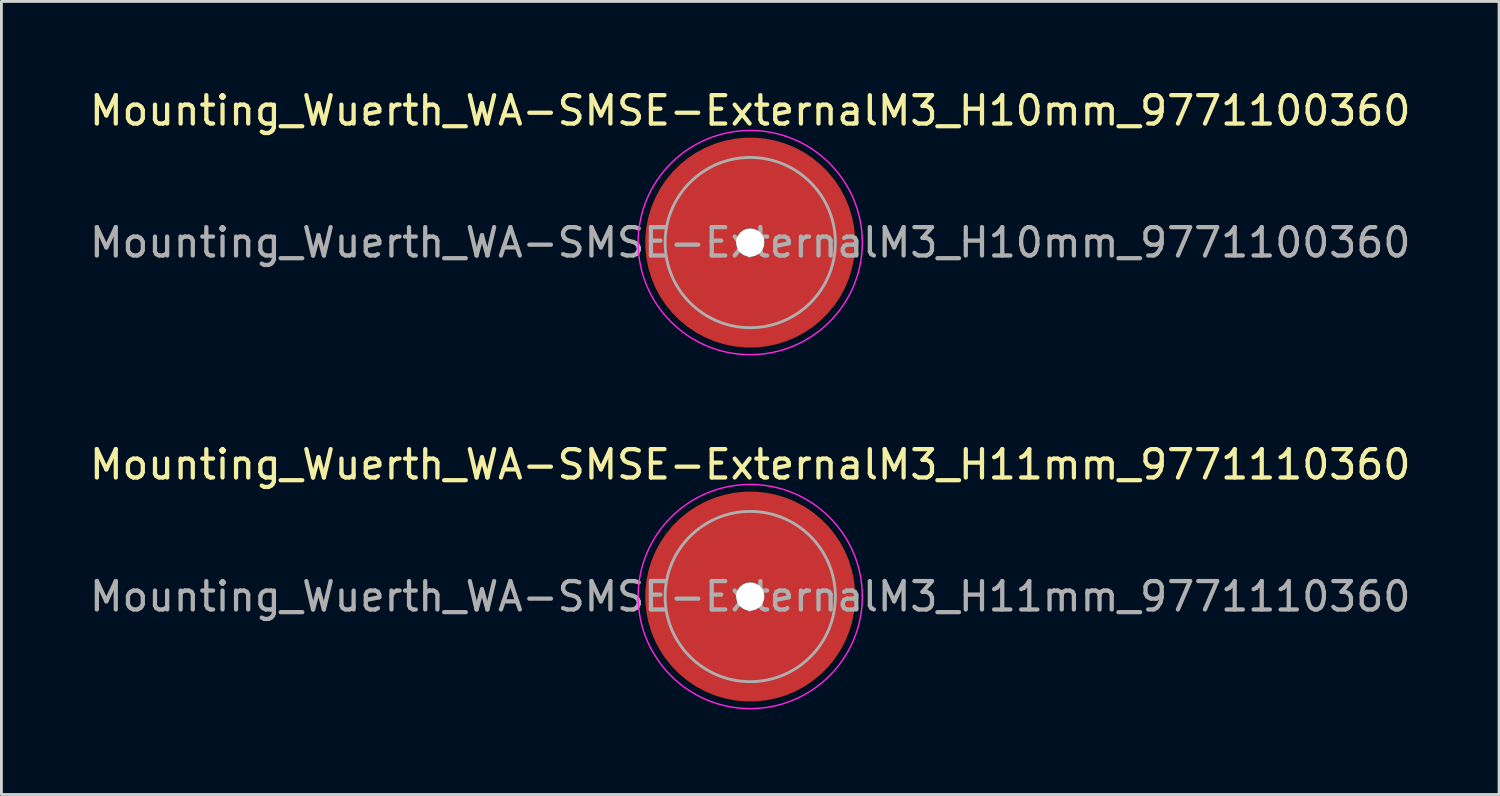
<source format=kicad_pcb>
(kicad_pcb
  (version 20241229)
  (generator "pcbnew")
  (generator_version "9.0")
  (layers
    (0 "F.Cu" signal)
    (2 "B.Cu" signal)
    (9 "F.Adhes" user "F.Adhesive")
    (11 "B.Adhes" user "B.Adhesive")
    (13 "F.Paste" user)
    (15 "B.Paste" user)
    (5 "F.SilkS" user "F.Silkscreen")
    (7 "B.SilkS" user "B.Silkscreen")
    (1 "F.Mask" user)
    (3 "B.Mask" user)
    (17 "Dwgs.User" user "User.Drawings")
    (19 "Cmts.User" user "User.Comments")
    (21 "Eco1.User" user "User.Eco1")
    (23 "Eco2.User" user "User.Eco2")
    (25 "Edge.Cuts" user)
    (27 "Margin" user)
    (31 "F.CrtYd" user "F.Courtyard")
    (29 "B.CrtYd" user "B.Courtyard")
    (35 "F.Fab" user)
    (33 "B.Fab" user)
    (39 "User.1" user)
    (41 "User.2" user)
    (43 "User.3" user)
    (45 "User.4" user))
  (footprint "Mounting_Wuerth_WA-SMSE-ExternalM3_H11mm_9771110360"
    (layer "F.Cu")
    (at 23.387 17.971)
    (property "Reference" "Mounting_Wuerth_WA-SMSE-ExternalM3_H11mm_9771110360" (at 0 -4.65 0) (layer "F.SilkS") (effects (font (size 1 1) (thickness 0.15))))
    (attr smd allow_soldermask_bridges)
    (fp_circle (center 0 0) (end 3.95 0) (stroke (width 0.05) (type solid)) (fill no) (layer "F.CrtYd"))
    (fp_circle (center 0 0) (end 3 0) (stroke (width 0.1) (type solid)) (fill no) (layer "F.Fab"))
    (fp_text user "${REFERENCE}" (at 0 0 0) (layer "F.Fab") (effects (font (size 1 1) (thickness 0.15))))
    (pad "" smd custom (at 0 -2.1) (size 1.5 1.5) (layers "F.Paste") (options (anchor circle)) (primitives (gr_arc (start -0.305123 1.47) (mid 0.371762 1.506879) (end 0.7 2.1) (width 0.2)) (gr_arc (start -0.493052 1.47) (mid 0.350399 1.380819) (end 0.8 2.1) (width 0.2)) (gr_arc (start -0.642729 1.47) (mid 0.340253 1.266797) (end 0.9 2.1) (width 0.2)) (gr_arc (start -0.776595 1.47) (mid 0.334219 1.157505) (end 1 2.1) (width 0.2)) (gr_arc (start -0.901721 1.47) (mid 0.330233 1.05074) (end 1.1 2.1) (width 0.2)) (gr_arc (start -1.021323 1.47) (mid 0.327424 0.945533) (end 1.2 2.1) (width 0.2)) (gr_arc (start -1.137146 1.47) (mid 0.325354 0.841372) (end 1.3 2.1) (width 0.2)) (gr_arc (start -1.25024 1.47) (mid 0.323778 0.737954) (end 1.4 2.1) (width 0.2)) (gr_arc (start -1.361286 1.47) (mid 0.322545 0.635089) (end 1.5 2.1) (width 0.2)) (gr_arc (start -1.470748 1.47) (mid 0.321561 0.532646) (end 1.6 2.1) (width 0.2)) (gr_arc (start -1.578955 1.47) (mid 0.320762 0.430535) (end 1.7 2.1) (width 0.2)) (gr_arc (start -1.686149 1.47) (mid 0.320102 0.328691) (end 1.8 2.1) (width 0.2)) (gr_arc (start -1.792512 1.47) (mid 0.319552 0.227065) (end 1.9 2.1) (width 0.2)) (gr_arc (start -1.898183 1.47) (mid 0.319087 0.125618) (end 2 2.1) (width 0.2)) (gr_arc (start -2.003272 1.47) (mid 0.318691 0.024323) (end 2.1 2.1) (width 0.2)) (gr_arc (start -2.107866 1.47) (mid 0.318351 -0.076845) (end 2.2 2.1) (width 0.2)) (gr_arc (start -2.212035 1.47) (mid 0.318056 -0.177903) (end 2.3 2.1) (width 0.2)) (gr_arc (start -2.315837 1.47) (mid 0.317798 -0.278866) (end 2.4 2.1) (width 0.2)) (gr_arc (start -2.419318 1.47) (mid 0.317573 -0.379747) (end 2.5 2.1) (width 0.2)) (gr_arc (start -2.522519 1.47) (mid 0.317373 -0.480557) (end 2.6 2.1) (width 0.2)) (gr_arc (start -2.625471 1.47) (mid 0.317197 -0.581303) (end 2.7 2.1) (width 0.2)) (gr_arc (start -2.728205 1.47) (mid 0.317039 -0.681993) (end 2.8 2.1) (width 0.2)) (gr_arc (start -2.830742 1.47) (mid 0.316898 -0.782633) (end 2.9 2.1) (width 0.2)) (gr_arc (start -2.933104 1.47) (mid 0.316771 -0.883229) (end 3 2.1) (width 0.2)) (gr_arc (start -3.035309 1.47) (mid 0.316656 -0.983785) (end 3.1 2.1) (width 0.2)) (gr_arc (start -3.137372 1.47) (mid 0.316553 -1.084304) (end 3.2 2.1) (width 0.2)) (gr_arc (start -3.239305 1.47) (mid 0.316458 -1.184791) (end 3.3 2.1) (width 0.2)) (gr_arc (start -3.341123 1.47) (mid 0.316373 -1.285249) (end 3.4 2.1) (width 0.2)) (gr_arc (start -3.442833 1.47) (mid 0.316294 -1.385679) (end 3.5 2.1) (width 0.2)) (gr_line (start 0.7 2.1) (end 3.5 2.1) (width 0.2)) (gr_line (start -0.305 1.47) (end -3.443 1.47) (width 0.2))))
    (pad "" np_thru_hole circle (at 0 0) (size 1 1) (drill 1) (layers "*.Cu" "*.Mask"))
    (pad "" smd custom (at 0 2.1) (size 1.5 1.5) (layers "F.Paste") (options (anchor circle)) (primitives (gr_arc (start 0.305123 -1.47) (mid -0.371762 -1.506879) (end -0.7 -2.1) (width 0.2)) (gr_arc (start 0.493052 -1.47) (mid -0.350399 -1.380819) (end -0.8 -2.1) (width 0.2)) (gr_arc (start 0.642729 -1.47) (mid -0.340253 -1.266797) (end -0.9 -2.1) (width 0.2)) (gr_arc (start 0.776595 -1.47) (mid -0.334219 -1.157505) (end -1 -2.1) (width 0.2)) (gr_arc (start 0.901721 -1.47) (mid -0.330233 -1.05074) (end -1.1 -2.1) (width 0.2)) (gr_arc (start 1.021323 -1.47) (mid -0.327424 -0.945533) (end -1.2 -2.1) (width 0.2)) (gr_arc (start 1.137146 -1.47) (mid -0.325354 -0.841372) (end -1.3 -2.1) (width 0.2)) (gr_arc (start 1.25024 -1.47) (mid -0.323778 -0.737954) (end -1.4 -2.1) (width 0.2)) (gr_arc (start 1.361286 -1.47) (mid -0.322545 -0.635089) (end -1.5 -2.1) (width 0.2)) (gr_arc (start 1.470748 -1.47) (mid -0.321561 -0.532646) (end -1.6 -2.1) (width 0.2)) (gr_arc (start 1.578955 -1.47) (mid -0.320762 -0.430535) (end -1.7 -2.1) (width 0.2)) (gr_arc (start 1.686149 -1.47) (mid -0.320102 -0.328691) (end -1.8 -2.1) (width 0.2)) (gr_arc (start 1.792512 -1.47) (mid -0.319552 -0.227065) (end -1.9 -2.1) (width 0.2)) (gr_arc (start 1.898183 -1.47) (mid -0.319087 -0.125618) (end -2 -2.1) (width 0.2)) (gr_arc (start 2.003272 -1.47) (mid -0.318691 -0.024323) (end -2.1 -2.1) (width 0.2)) (gr_arc (start 2.107866 -1.47) (mid -0.318351 0.076845) (end -2.2 -2.1) (width 0.2)) (gr_arc (start 2.212035 -1.47) (mid -0.318056 0.177903) (end -2.3 -2.1) (width 0.2)) (gr_arc (start 2.315837 -1.47) (mid -0.317798 0.278866) (end -2.4 -2.1) (width 0.2)) (gr_arc (start 2.419318 -1.47) (mid -0.317573 0.379747) (end -2.5 -2.1) (width 0.2)) (gr_arc (start 2.522519 -1.47) (mid -0.317373 0.480557) (end -2.6 -2.1) (width 0.2)) (gr_arc (start 2.625471 -1.47) (mid -0.317197 0.581303) (end -2.7 -2.1) (width 0.2)) (gr_arc (start 2.728205 -1.47) (mid -0.317039 0.681993) (end -2.8 -2.1) (width 0.2)) (gr_arc (start 2.830742 -1.47) (mid -0.316898 0.782633) (end -2.9 -2.1) (width 0.2)) (gr_arc (start 2.933104 -1.47) (mid -0.316771 0.883229) (end -3 -2.1) (width 0.2)) (gr_arc (start 3.035309 -1.47) (mid -0.316656 0.983785) (end -3.1 -2.1) (width 0.2)) (gr_arc (start 3.137372 -1.47) (mid -0.316553 1.084304) (end -3.2 -2.1) (width 0.2)) (gr_arc (start 3.239305 -1.47) (mid -0.316458 1.184791) (end -3.3 -2.1) (width 0.2)) (gr_arc (start 3.341123 -1.47) (mid -0.316373 1.285249) (end -3.4 -2.1) (width 0.2)) (gr_arc (start 3.442833 -1.47) (mid -0.316294 1.385679) (end -3.5 -2.1) (width 0.2)) (gr_line (start -0.7 -2.1) (end -3.5 -2.1) (width 0.2)) (gr_line (start 0.305 -1.47) (end 3.443 -1.47) (width 0.2))))
    (pad "1" smd circle (at -2.1 0) (size 2.692 2.692) (layers "F.Cu"))
    (pad "1" smd circle (at 0 -2.1) (size 2.692 2.692) (layers "F.Cu"))
    (pad "1" smd circle (at 0 2.1) (size 2.692 2.692) (layers "F.Cu"))
    (pad "1" smd custom (at 2.1 0) (size 3.2 3.2) (layers "F.Cu" "F.Mask") (options (anchor circle)) (primitives (gr_circle (center -2.1 0) (end 0 0) (width 3.2) (fill no)))))
  (footprint "Mounting_Wuerth_WA-SMSE-ExternalM3_H10mm_9771100360"
    (layer "F.Cu")
    (at 23.387 5.498)
    (property "Reference" "Mounting_Wuerth_WA-SMSE-ExternalM3_H10mm_9771100360" (at 0 -4.65 0) (layer "F.SilkS") (effects (font (size 1 1) (thickness 0.15))))
    (attr smd allow_soldermask_bridges)
    (fp_circle (center 0 0) (end 3.95 0) (stroke (width 0.05) (type solid)) (fill no) (layer "F.CrtYd"))
    (fp_circle (center 0 0) (end 3 0) (stroke (width 0.1) (type solid)) (fill no) (layer "F.Fab"))
    (fp_text user "${REFERENCE}" (at 0 0 0) (layer "F.Fab") (effects (font (size 1 1) (thickness 0.15))))
    (pad "" smd custom (at 0 -2.1) (size 1.5 1.5) (layers "F.Paste") (options (anchor circle)) (primitives (gr_arc (start -0.305123 1.47) (mid 0.371762 1.506879) (end 0.7 2.1) (width 0.2)) (gr_arc (start -0.493052 1.47) (mid 0.350399 1.380819) (end 0.8 2.1) (width 0.2)) (gr_arc (start -0.642729 1.47) (mid 0.340253 1.266797) (end 0.9 2.1) (width 0.2)) (gr_arc (start -0.776595 1.47) (mid 0.334219 1.157505) (end 1 2.1) (width 0.2)) (gr_arc (start -0.901721 1.47) (mid 0.330233 1.05074) (end 1.1 2.1) (width 0.2)) (gr_arc (start -1.021323 1.47) (mid 0.327424 0.945533) (end 1.2 2.1) (width 0.2)) (gr_arc (start -1.137146 1.47) (mid 0.325354 0.841372) (end 1.3 2.1) (width 0.2)) (gr_arc (start -1.25024 1.47) (mid 0.323778 0.737954) (end 1.4 2.1) (width 0.2)) (gr_arc (start -1.361286 1.47) (mid 0.322545 0.635089) (end 1.5 2.1) (width 0.2)) (gr_arc (start -1.470748 1.47) (mid 0.321561 0.532646) (end 1.6 2.1) (width 0.2)) (gr_arc (start -1.578955 1.47) (mid 0.320762 0.430535) (end 1.7 2.1) (width 0.2)) (gr_arc (start -1.686149 1.47) (mid 0.320102 0.328691) (end 1.8 2.1) (width 0.2)) (gr_arc (start -1.792512 1.47) (mid 0.319552 0.227065) (end 1.9 2.1) (width 0.2)) (gr_arc (start -1.898183 1.47) (mid 0.319087 0.125618) (end 2 2.1) (width 0.2)) (gr_arc (start -2.003272 1.47) (mid 0.318691 0.024323) (end 2.1 2.1) (width 0.2)) (gr_arc (start -2.107866 1.47) (mid 0.318351 -0.076845) (end 2.2 2.1) (width 0.2)) (gr_arc (start -2.212035 1.47) (mid 0.318056 -0.177903) (end 2.3 2.1) (width 0.2)) (gr_arc (start -2.315837 1.47) (mid 0.317798 -0.278866) (end 2.4 2.1) (width 0.2)) (gr_arc (start -2.419318 1.47) (mid 0.317573 -0.379747) (end 2.5 2.1) (width 0.2)) (gr_arc (start -2.522519 1.47) (mid 0.317373 -0.480557) (end 2.6 2.1) (width 0.2)) (gr_arc (start -2.625471 1.47) (mid 0.317197 -0.581303) (end 2.7 2.1) (width 0.2)) (gr_arc (start -2.728205 1.47) (mid 0.317039 -0.681993) (end 2.8 2.1) (width 0.2)) (gr_arc (start -2.830742 1.47) (mid 0.316898 -0.782633) (end 2.9 2.1) (width 0.2)) (gr_arc (start -2.933104 1.47) (mid 0.316771 -0.883229) (end 3 2.1) (width 0.2)) (gr_arc (start -3.035309 1.47) (mid 0.316656 -0.983785) (end 3.1 2.1) (width 0.2)) (gr_arc (start -3.137372 1.47) (mid 0.316553 -1.084304) (end 3.2 2.1) (width 0.2)) (gr_arc (start -3.239305 1.47) (mid 0.316458 -1.184791) (end 3.3 2.1) (width 0.2)) (gr_arc (start -3.341123 1.47) (mid 0.316373 -1.285249) (end 3.4 2.1) (width 0.2)) (gr_arc (start -3.442833 1.47) (mid 0.316294 -1.385679) (end 3.5 2.1) (width 0.2)) (gr_line (start 0.7 2.1) (end 3.5 2.1) (width 0.2)) (gr_line (start -0.305 1.47) (end -3.443 1.47) (width 0.2))))
    (pad "" np_thru_hole circle (at 0 0) (size 1 1) (drill 1) (layers "*.Cu" "*.Mask"))
    (pad "" smd custom (at 0 2.1) (size 1.5 1.5) (layers "F.Paste") (options (anchor circle)) (primitives (gr_arc (start 0.305123 -1.47) (mid -0.371762 -1.506879) (end -0.7 -2.1) (width 0.2)) (gr_arc (start 0.493052 -1.47) (mid -0.350399 -1.380819) (end -0.8 -2.1) (width 0.2)) (gr_arc (start 0.642729 -1.47) (mid -0.340253 -1.266797) (end -0.9 -2.1) (width 0.2)) (gr_arc (start 0.776595 -1.47) (mid -0.334219 -1.157505) (end -1 -2.1) (width 0.2)) (gr_arc (start 0.901721 -1.47) (mid -0.330233 -1.05074) (end -1.1 -2.1) (width 0.2)) (gr_arc (start 1.021323 -1.47) (mid -0.327424 -0.945533) (end -1.2 -2.1) (width 0.2)) (gr_arc (start 1.137146 -1.47) (mid -0.325354 -0.841372) (end -1.3 -2.1) (width 0.2)) (gr_arc (start 1.25024 -1.47) (mid -0.323778 -0.737954) (end -1.4 -2.1) (width 0.2)) (gr_arc (start 1.361286 -1.47) (mid -0.322545 -0.635089) (end -1.5 -2.1) (width 0.2)) (gr_arc (start 1.470748 -1.47) (mid -0.321561 -0.532646) (end -1.6 -2.1) (width 0.2)) (gr_arc (start 1.578955 -1.47) (mid -0.320762 -0.430535) (end -1.7 -2.1) (width 0.2)) (gr_arc (start 1.686149 -1.47) (mid -0.320102 -0.328691) (end -1.8 -2.1) (width 0.2)) (gr_arc (start 1.792512 -1.47) (mid -0.319552 -0.227065) (end -1.9 -2.1) (width 0.2)) (gr_arc (start 1.898183 -1.47) (mid -0.319087 -0.125618) (end -2 -2.1) (width 0.2)) (gr_arc (start 2.003272 -1.47) (mid -0.318691 -0.024323) (end -2.1 -2.1) (width 0.2)) (gr_arc (start 2.107866 -1.47) (mid -0.318351 0.076845) (end -2.2 -2.1) (width 0.2)) (gr_arc (start 2.212035 -1.47) (mid -0.318056 0.177903) (end -2.3 -2.1) (width 0.2)) (gr_arc (start 2.315837 -1.47) (mid -0.317798 0.278866) (end -2.4 -2.1) (width 0.2)) (gr_arc (start 2.419318 -1.47) (mid -0.317573 0.379747) (end -2.5 -2.1) (width 0.2)) (gr_arc (start 2.522519 -1.47) (mid -0.317373 0.480557) (end -2.6 -2.1) (width 0.2)) (gr_arc (start 2.625471 -1.47) (mid -0.317197 0.581303) (end -2.7 -2.1) (width 0.2)) (gr_arc (start 2.728205 -1.47) (mid -0.317039 0.681993) (end -2.8 -2.1) (width 0.2)) (gr_arc (start 2.830742 -1.47) (mid -0.316898 0.782633) (end -2.9 -2.1) (width 0.2)) (gr_arc (start 2.933104 -1.47) (mid -0.316771 0.883229) (end -3 -2.1) (width 0.2)) (gr_arc (start 3.035309 -1.47) (mid -0.316656 0.983785) (end -3.1 -2.1) (width 0.2)) (gr_arc (start 3.137372 -1.47) (mid -0.316553 1.084304) (end -3.2 -2.1) (width 0.2)) (gr_arc (start 3.239305 -1.47) (mid -0.316458 1.184791) (end -3.3 -2.1) (width 0.2)) (gr_arc (start 3.341123 -1.47) (mid -0.316373 1.285249) (end -3.4 -2.1) (width 0.2)) (gr_arc (start 3.442833 -1.47) (mid -0.316294 1.385679) (end -3.5 -2.1) (width 0.2)) (gr_line (start -0.7 -2.1) (end -3.5 -2.1) (width 0.2)) (gr_line (start 0.305 -1.47) (end 3.443 -1.47) (width 0.2))))
    (pad "1" smd circle (at -2.1 0) (size 2.692 2.692) (layers "F.Cu"))
    (pad "1" smd circle (at 0 -2.1) (size 2.692 2.692) (layers "F.Cu"))
    (pad "1" smd circle (at 0 2.1) (size 2.692 2.692) (layers "F.Cu"))
    (pad "1" smd custom (at 2.1 0) (size 3.2 3.2) (layers "F.Cu" "F.Mask") (options (anchor circle)) (primitives (gr_circle (center -2.1 0) (end 0 0) (width 3.2) (fill no)))))
  (gr_rect
    (start -3 -3)
    (end 49.774 24.947)
    (stroke (width 0.1) (type default))
    (fill no)
    (layer "Edge.Cuts")))
</source>
